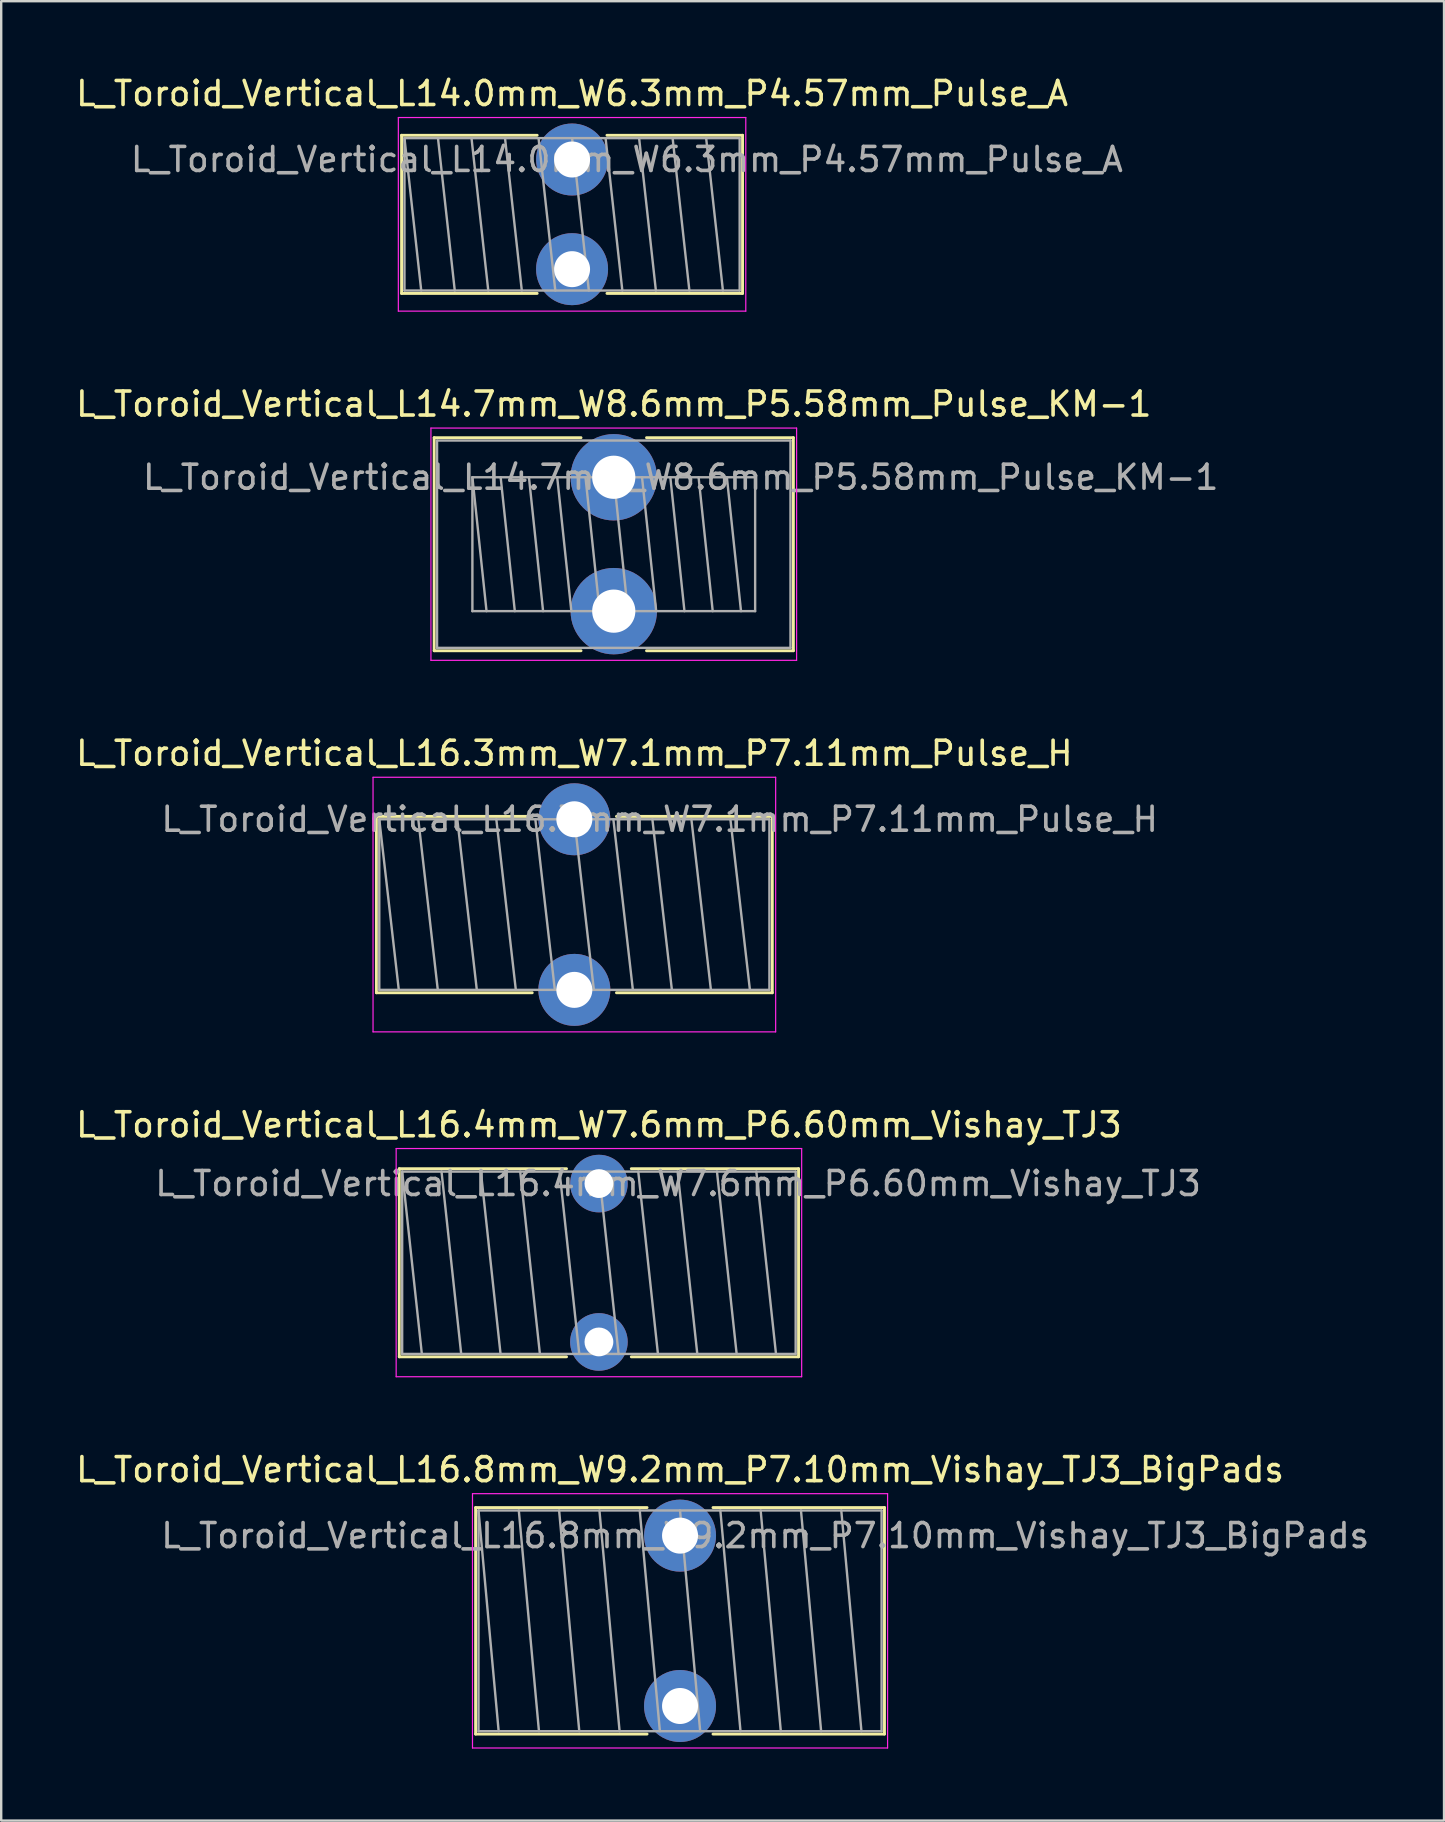
<source format=kicad_pcb>
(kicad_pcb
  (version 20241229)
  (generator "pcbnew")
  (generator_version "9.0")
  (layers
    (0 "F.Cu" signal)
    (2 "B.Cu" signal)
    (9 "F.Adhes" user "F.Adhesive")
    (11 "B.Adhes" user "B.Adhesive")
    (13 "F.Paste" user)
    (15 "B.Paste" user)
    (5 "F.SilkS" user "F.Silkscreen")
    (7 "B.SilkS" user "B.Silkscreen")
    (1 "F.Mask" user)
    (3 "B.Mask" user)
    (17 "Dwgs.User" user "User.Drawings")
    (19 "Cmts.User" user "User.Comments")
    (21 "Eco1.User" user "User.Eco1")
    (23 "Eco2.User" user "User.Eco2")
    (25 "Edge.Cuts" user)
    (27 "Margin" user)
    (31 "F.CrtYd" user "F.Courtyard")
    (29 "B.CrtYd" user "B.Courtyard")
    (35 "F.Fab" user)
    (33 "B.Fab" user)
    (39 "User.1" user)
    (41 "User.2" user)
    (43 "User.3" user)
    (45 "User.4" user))
  (footprint "L_Toroid_Vertical_L14.7mm_W8.6mm_P5.58mm_Pulse_KM-1"
    (layer "F.Cu")
    (at 22.53 16.841)
    (property "Reference" "L_Toroid_Vertical_L14.7mm_W8.6mm_P5.58mm_Pulse_KM-1" (at 0 -3.05 0) (layer "F.SilkS") (effects (font (size 1 1) (thickness 0.15))))
    (attr through_hole)
    (fp_line (start -7.485 -1.65) (end -7.485 7.23) (stroke (width 0.12) (type solid)) (layer "F.SilkS"))
    (fp_line (start -7.485 -1.65) (end -1.365 -1.65) (stroke (width 0.12) (type solid)) (layer "F.SilkS"))
    (fp_line (start -7.485 7.23) (end -1.365 7.23) (stroke (width 0.12) (type solid)) (layer "F.SilkS"))
    (fp_line (start 1.365 -1.65) (end 7.485 -1.65) (stroke (width 0.12) (type solid)) (layer "F.SilkS"))
    (fp_line (start 1.365 7.23) (end 7.485 7.23) (stroke (width 0.12) (type solid)) (layer "F.SilkS"))
    (fp_line (start 7.485 -1.65) (end 7.485 7.23) (stroke (width 0.12) (type solid)) (layer "F.SilkS"))
    (fp_line (start -7.62 -2.05) (end -7.62 7.63) (stroke (width 0.05) (type solid)) (layer "F.CrtYd"))
    (fp_line (start -7.62 7.63) (end 7.62 7.63) (stroke (width 0.05) (type solid)) (layer "F.CrtYd"))
    (fp_line (start 7.62 -2.05) (end -7.62 -2.05) (stroke (width 0.05) (type solid)) (layer "F.CrtYd"))
    (fp_line (start 7.62 7.63) (end 7.62 -2.05) (stroke (width 0.05) (type solid)) (layer "F.CrtYd"))
    (fp_line (start -7.365 -1.53) (end -7.365 7.11) (stroke (width 0.1) (type solid)) (layer "F.Fab"))
    (fp_line (start -7.365 7.11) (end 7.365 7.11) (stroke (width 0.1) (type solid)) (layer "F.Fab"))
    (fp_line (start -5.892 0) (end -5.892 5.58) (stroke (width 0.1) (type solid)) (layer "F.Fab"))
    (fp_line (start -5.892 0) (end -5.303 5.58) (stroke (width 0.1) (type solid)) (layer "F.Fab"))
    (fp_line (start -5.892 5.58) (end 5.892 5.58) (stroke (width 0.1) (type solid)) (layer "F.Fab"))
    (fp_line (start -4.714 0) (end -4.124 5.58) (stroke (width 0.1) (type solid)) (layer "F.Fab"))
    (fp_line (start -3.535 0) (end -2.946 5.58) (stroke (width 0.1) (type solid)) (layer "F.Fab"))
    (fp_line (start -2.357 0) (end -1.768 5.58) (stroke (width 0.1) (type solid)) (layer "F.Fab"))
    (fp_line (start -1.178 0) (end -0.589 5.58) (stroke (width 0.1) (type solid)) (layer "F.Fab"))
    (fp_line (start 0 0) (end 0.589 5.58) (stroke (width 0.1) (type solid)) (layer "F.Fab"))
    (fp_line (start 1.178 0) (end 1.768 5.58) (stroke (width 0.1) (type solid)) (layer "F.Fab"))
    (fp_line (start 2.357 0) (end 2.946 5.58) (stroke (width 0.1) (type solid)) (layer "F.Fab"))
    (fp_line (start 3.535 0) (end 4.124 5.58) (stroke (width 0.1) (type solid)) (layer "F.Fab"))
    (fp_line (start 4.714 0) (end 5.303 5.58) (stroke (width 0.1) (type solid)) (layer "F.Fab"))
    (fp_line (start 5.892 0) (end -5.892 0) (stroke (width 0.1) (type solid)) (layer "F.Fab"))
    (fp_line (start 5.892 5.58) (end 5.892 0) (stroke (width 0.1) (type solid)) (layer "F.Fab"))
    (fp_line (start 7.365 -1.53) (end -7.365 -1.53) (stroke (width 0.1) (type solid)) (layer "F.Fab"))
    (fp_line (start 7.365 7.11) (end 7.365 -1.53) (stroke (width 0.1) (type solid)) (layer "F.Fab"))
    (fp_text user "${REFERENCE}" (at 2.79 0 0) (layer "F.Fab") (effects (font (size 1 1) (thickness 0.15))))
    (pad "1" thru_hole circle (at 0 0) (size 3.6 3.6) (drill 1.8) (layers "*.Cu" "*.Mask"))
    (pad "2" thru_hole circle (at 0 5.58) (size 3.6 3.6) (drill 1.8) (layers "*.Cu" "*.Mask")))
  (footprint "L_Toroid_Vertical_L16.3mm_W7.1mm_P7.11mm_Pulse_H"
    (layer "F.Cu")
    (at 20.887 31.095)
    (property "Reference" "L_Toroid_Vertical_L16.3mm_W7.1mm_P7.11mm_Pulse_H" (at 0 -2.75 0) (layer "F.SilkS") (effects (font (size 1 1) (thickness 0.15))))
    (attr through_hole)
    (fp_line (start -8.25 -0.12) (end -8.25 7.23) (stroke (width 0.12) (type solid)) (layer "F.SilkS"))
    (fp_line (start -8.25 -0.12) (end -1.755 -0.12) (stroke (width 0.12) (type solid)) (layer "F.SilkS"))
    (fp_line (start -8.25 7.23) (end -1.755 7.23) (stroke (width 0.12) (type solid)) (layer "F.SilkS"))
    (fp_line (start 1.755 -0.12) (end 8.25 -0.12) (stroke (width 0.12) (type solid)) (layer "F.SilkS"))
    (fp_line (start 1.755 7.23) (end 8.25 7.23) (stroke (width 0.12) (type solid)) (layer "F.SilkS"))
    (fp_line (start 8.25 -0.12) (end 8.25 7.23) (stroke (width 0.12) (type solid)) (layer "F.SilkS"))
    (fp_line (start -8.39 -1.75) (end -8.39 8.86) (stroke (width 0.05) (type solid)) (layer "F.CrtYd"))
    (fp_line (start -8.39 8.86) (end 8.39 8.86) (stroke (width 0.05) (type solid)) (layer "F.CrtYd"))
    (fp_line (start 8.39 -1.75) (end -8.39 -1.75) (stroke (width 0.05) (type solid)) (layer "F.CrtYd"))
    (fp_line (start 8.39 8.86) (end 8.39 -1.75) (stroke (width 0.05) (type solid)) (layer "F.CrtYd"))
    (fp_line (start -8.13 0) (end -8.13 7.11) (stroke (width 0.1) (type solid)) (layer "F.Fab"))
    (fp_line (start -8.13 0) (end -7.317 7.11) (stroke (width 0.1) (type solid)) (layer "F.Fab"))
    (fp_line (start -8.13 7.11) (end 8.13 7.11) (stroke (width 0.1) (type solid)) (layer "F.Fab"))
    (fp_line (start -6.504 0) (end -5.691 7.11) (stroke (width 0.1) (type solid)) (layer "F.Fab"))
    (fp_line (start -4.878 0) (end -4.065 7.11) (stroke (width 0.1) (type solid)) (layer "F.Fab"))
    (fp_line (start -3.252 0) (end -2.439 7.11) (stroke (width 0.1) (type solid)) (layer "F.Fab"))
    (fp_line (start -1.626 0) (end -0.813 7.11) (stroke (width 0.1) (type solid)) (layer "F.Fab"))
    (fp_line (start 0 0) (end 0.813 7.11) (stroke (width 0.1) (type solid)) (layer "F.Fab"))
    (fp_line (start 1.626 0) (end 2.439 7.11) (stroke (width 0.1) (type solid)) (layer "F.Fab"))
    (fp_line (start 3.252 0) (end 4.065 7.11) (stroke (width 0.1) (type solid)) (layer "F.Fab"))
    (fp_line (start 4.878 0) (end 5.691 7.11) (stroke (width 0.1) (type solid)) (layer "F.Fab"))
    (fp_line (start 6.504 0) (end 7.317 7.11) (stroke (width 0.1) (type solid)) (layer "F.Fab"))
    (fp_line (start 8.13 0) (end -8.13 0) (stroke (width 0.1) (type solid)) (layer "F.Fab"))
    (fp_line (start 8.13 7.11) (end 8.13 0) (stroke (width 0.1) (type solid)) (layer "F.Fab"))
    (fp_text user "${REFERENCE}" (at 3.555 0 0) (layer "F.Fab") (effects (font (size 1 1) (thickness 0.15))))
    (pad "1" thru_hole circle (at 0 0) (size 3 3) (drill 1.5) (layers "*.Cu" "*.Mask"))
    (pad "2" thru_hole circle (at 0 7.11) (size 3 3) (drill 1.5) (layers "*.Cu" "*.Mask")))
  (footprint "L_Toroid_Vertical_L14.0mm_W6.3mm_P4.57mm_Pulse_A"
    (layer "F.Cu")
    (at 20.792 3.598)
    (property "Reference" "L_Toroid_Vertical_L14.0mm_W6.3mm_P4.57mm_Pulse_A" (at 0 -2.75 0) (layer "F.SilkS") (effects (font (size 1 1) (thickness 0.15))))
    (attr through_hole)
    (fp_line (start -7.105 -1.01) (end -7.105 5.58) (stroke (width 0.12) (type solid)) (layer "F.SilkS"))
    (fp_line (start -7.105 -1.01) (end -1.454 -1.01) (stroke (width 0.12) (type solid)) (layer "F.SilkS"))
    (fp_line (start -7.105 5.58) (end -1.454 5.58) (stroke (width 0.12) (type solid)) (layer "F.SilkS"))
    (fp_line (start 1.454 -1.01) (end 7.105 -1.01) (stroke (width 0.12) (type solid)) (layer "F.SilkS"))
    (fp_line (start 1.454 5.58) (end 7.105 5.58) (stroke (width 0.12) (type solid)) (layer "F.SilkS"))
    (fp_line (start 7.105 -1.01) (end 7.105 5.58) (stroke (width 0.12) (type solid)) (layer "F.SilkS"))
    (fp_line (start -7.24 -1.75) (end -7.24 6.32) (stroke (width 0.05) (type solid)) (layer "F.CrtYd"))
    (fp_line (start -7.24 6.32) (end 7.24 6.32) (stroke (width 0.05) (type solid)) (layer "F.CrtYd"))
    (fp_line (start 7.24 -1.75) (end -7.24 -1.75) (stroke (width 0.05) (type solid)) (layer "F.CrtYd"))
    (fp_line (start 7.24 6.32) (end 7.24 -1.75) (stroke (width 0.05) (type solid)) (layer "F.CrtYd"))
    (fp_line (start -6.985 -0.89) (end -6.985 5.46) (stroke (width 0.1) (type solid)) (layer "F.Fab"))
    (fp_line (start -6.985 -0.89) (end -6.287 5.46) (stroke (width 0.1) (type solid)) (layer "F.Fab"))
    (fp_line (start -6.985 5.46) (end 6.985 5.46) (stroke (width 0.1) (type solid)) (layer "F.Fab"))
    (fp_line (start -5.588 -0.89) (end -4.889 5.46) (stroke (width 0.1) (type solid)) (layer "F.Fab"))
    (fp_line (start -4.191 -0.89) (end -3.493 5.46) (stroke (width 0.1) (type solid)) (layer "F.Fab"))
    (fp_line (start -2.794 -0.89) (end -2.095 5.46) (stroke (width 0.1) (type solid)) (layer "F.Fab"))
    (fp_line (start -1.397 -0.89) (end -0.699 5.46) (stroke (width 0.1) (type solid)) (layer "F.Fab"))
    (fp_line (start 0 -0.89) (end 0.699 5.46) (stroke (width 0.1) (type solid)) (layer "F.Fab"))
    (fp_line (start 1.397 -0.89) (end 2.095 5.46) (stroke (width 0.1) (type solid)) (layer "F.Fab"))
    (fp_line (start 2.794 -0.89) (end 3.493 5.46) (stroke (width 0.1) (type solid)) (layer "F.Fab"))
    (fp_line (start 4.191 -0.89) (end 4.889 5.46) (stroke (width 0.1) (type solid)) (layer "F.Fab"))
    (fp_line (start 5.588 -0.89) (end 6.287 5.46) (stroke (width 0.1) (type solid)) (layer "F.Fab"))
    (fp_line (start 6.985 -0.89) (end -6.985 -0.89) (stroke (width 0.1) (type solid)) (layer "F.Fab"))
    (fp_line (start 6.985 5.46) (end 6.985 -0.89) (stroke (width 0.1) (type solid)) (layer "F.Fab"))
    (fp_text user "${REFERENCE}" (at 2.285 0 0) (layer "F.Fab") (effects (font (size 1 1) (thickness 0.15))))
    (pad "1" thru_hole circle (at 0 0) (size 3 3) (drill 1.5) (layers "*.Cu" "*.Mask"))
    (pad "2" thru_hole circle (at 0 4.57) (size 3 3) (drill 1.5) (layers "*.Cu" "*.Mask")))
  (footprint "L_Toroid_Vertical_L16.8mm_W9.2mm_P7.10mm_Vishay_TJ3_BigPads"
    (layer "F.Cu")
    (at 25.292 60.951)
    (property "Reference" "L_Toroid_Vertical_L16.8mm_W9.2mm_P7.10mm_Vishay_TJ3_BigPads" (at 0 -2.75 0) (layer "F.SilkS") (effects (font (size 1 1) (thickness 0.15))))
    (attr through_hole)
    (fp_line (start -8.52 -1.17) (end -8.52 8.27) (stroke (width 0.12) (type solid)) (layer "F.SilkS"))
    (fp_line (start -8.52 -1.17) (end -1.374 -1.17) (stroke (width 0.12) (type solid)) (layer "F.SilkS"))
    (fp_line (start -8.52 8.27) (end -1.374 8.27) (stroke (width 0.12) (type solid)) (layer "F.SilkS"))
    (fp_line (start 1.374 -1.17) (end 8.52 -1.17) (stroke (width 0.12) (type solid)) (layer "F.SilkS"))
    (fp_line (start 1.374 8.27) (end 8.52 8.27) (stroke (width 0.12) (type solid)) (layer "F.SilkS"))
    (fp_line (start 8.52 -1.17) (end 8.52 8.27) (stroke (width 0.12) (type solid)) (layer "F.SilkS"))
    (fp_line (start -8.65 -1.75) (end -8.65 8.85) (stroke (width 0.05) (type solid)) (layer "F.CrtYd"))
    (fp_line (start -8.65 8.85) (end 8.65 8.85) (stroke (width 0.05) (type solid)) (layer "F.CrtYd"))
    (fp_line (start 8.65 -1.75) (end -8.65 -1.75) (stroke (width 0.05) (type solid)) (layer "F.CrtYd"))
    (fp_line (start 8.65 8.85) (end 8.65 -1.75) (stroke (width 0.05) (type solid)) (layer "F.CrtYd"))
    (fp_line (start -8.4 -1.05) (end -8.4 8.15) (stroke (width 0.1) (type solid)) (layer "F.Fab"))
    (fp_line (start -8.4 -1.05) (end -7.56 8.15) (stroke (width 0.1) (type solid)) (layer "F.Fab"))
    (fp_line (start -8.4 8.15) (end 8.4 8.15) (stroke (width 0.1) (type solid)) (layer "F.Fab"))
    (fp_line (start -6.72 -1.05) (end -5.88 8.15) (stroke (width 0.1) (type solid)) (layer "F.Fab"))
    (fp_line (start -5.04 -1.05) (end -4.2 8.15) (stroke (width 0.1) (type solid)) (layer "F.Fab"))
    (fp_line (start -3.36 -1.05) (end -2.52 8.15) (stroke (width 0.1) (type solid)) (layer "F.Fab"))
    (fp_line (start -1.68 -1.05) (end -0.84 8.15) (stroke (width 0.1) (type solid)) (layer "F.Fab"))
    (fp_line (start 0 -1.05) (end 0.84 8.15) (stroke (width 0.1) (type solid)) (layer "F.Fab"))
    (fp_line (start 1.68 -1.05) (end 2.52 8.15) (stroke (width 0.1) (type solid)) (layer "F.Fab"))
    (fp_line (start 3.36 -1.05) (end 4.2 8.15) (stroke (width 0.1) (type solid)) (layer "F.Fab"))
    (fp_line (start 5.04 -1.05) (end 5.88 8.15) (stroke (width 0.1) (type solid)) (layer "F.Fab"))
    (fp_line (start 6.72 -1.05) (end 7.56 8.15) (stroke (width 0.1) (type solid)) (layer "F.Fab"))
    (fp_line (start 8.4 -1.05) (end -8.4 -1.05) (stroke (width 0.1) (type solid)) (layer "F.Fab"))
    (fp_line (start 8.4 8.15) (end 8.4 -1.05) (stroke (width 0.1) (type solid)) (layer "F.Fab"))
    (fp_text user "${REFERENCE}" (at 3.55 0 0) (layer "F.Fab") (effects (font (size 1 1) (thickness 0.15))))
    (pad "1" thru_hole circle (at 0 0) (size 3 3) (drill 1.5) (layers "*.Cu" "*.Mask"))
    (pad "2" thru_hole circle (at 0 7.1) (size 3 3) (drill 1.5) (layers "*.Cu" "*.Mask")))
  (footprint "L_Toroid_Vertical_L16.4mm_W7.6mm_P6.60mm_Vishay_TJ3"
    (layer "F.Cu")
    (at 21.911 46.278)
    (property "Reference" "L_Toroid_Vertical_L16.4mm_W7.6mm_P6.60mm_Vishay_TJ3" (at 0 -2.45 0) (layer "F.SilkS") (effects (font (size 1 1) (thickness 0.15))))
    (attr through_hole)
    (fp_line (start -8.32 -0.62) (end -8.32 7.22) (stroke (width 0.12) (type solid)) (layer "F.SilkS"))
    (fp_line (start -8.32 -0.62) (end -1.35 -0.62) (stroke (width 0.12) (type solid)) (layer "F.SilkS"))
    (fp_line (start -8.32 7.22) (end -1.35 7.22) (stroke (width 0.12) (type solid)) (layer "F.SilkS"))
    (fp_line (start 1.35 -0.62) (end 8.32 -0.62) (stroke (width 0.12) (type solid)) (layer "F.SilkS"))
    (fp_line (start 1.35 7.22) (end 8.32 7.22) (stroke (width 0.12) (type solid)) (layer "F.SilkS"))
    (fp_line (start 8.32 -0.62) (end 8.32 7.22) (stroke (width 0.12) (type solid)) (layer "F.SilkS"))
    (fp_line (start -8.45 -1.46) (end -8.45 8.05) (stroke (width 0.05) (type solid)) (layer "F.CrtYd"))
    (fp_line (start -8.45 8.05) (end 8.45 8.05) (stroke (width 0.05) (type solid)) (layer "F.CrtYd"))
    (fp_line (start 8.45 -1.46) (end -8.45 -1.46) (stroke (width 0.05) (type solid)) (layer "F.CrtYd"))
    (fp_line (start 8.45 8.05) (end 8.45 -1.46) (stroke (width 0.05) (type solid)) (layer "F.CrtYd"))
    (fp_line (start -8.2 -0.5) (end -8.2 7.1) (stroke (width 0.1) (type solid)) (layer "F.Fab"))
    (fp_line (start -8.2 -0.5) (end -7.38 7.1) (stroke (width 0.1) (type solid)) (layer "F.Fab"))
    (fp_line (start -8.2 7.1) (end 8.2 7.1) (stroke (width 0.1) (type solid)) (layer "F.Fab"))
    (fp_line (start -6.56 -0.5) (end -5.74 7.1) (stroke (width 0.1) (type solid)) (layer "F.Fab"))
    (fp_line (start -4.92 -0.5) (end -4.1 7.1) (stroke (width 0.1) (type solid)) (layer "F.Fab"))
    (fp_line (start -3.28 -0.5) (end -2.46 7.1) (stroke (width 0.1) (type solid)) (layer "F.Fab"))
    (fp_line (start -1.64 -0.5) (end -0.82 7.1) (stroke (width 0.1) (type solid)) (layer "F.Fab"))
    (fp_line (start 0 -0.5) (end 0.82 7.1) (stroke (width 0.1) (type solid)) (layer "F.Fab"))
    (fp_line (start 1.64 -0.5) (end 2.46 7.1) (stroke (width 0.1) (type solid)) (layer "F.Fab"))
    (fp_line (start 3.28 -0.5) (end 4.1 7.1) (stroke (width 0.1) (type solid)) (layer "F.Fab"))
    (fp_line (start 4.92 -0.5) (end 5.74 7.1) (stroke (width 0.1) (type solid)) (layer "F.Fab"))
    (fp_line (start 6.56 -0.5) (end 7.38 7.1) (stroke (width 0.1) (type solid)) (layer "F.Fab"))
    (fp_line (start 8.2 -0.5) (end -8.2 -0.5) (stroke (width 0.1) (type solid)) (layer "F.Fab"))
    (fp_line (start 8.2 7.1) (end 8.2 -0.5) (stroke (width 0.1) (type solid)) (layer "F.Fab"))
    (fp_text user "${REFERENCE}" (at 3.3 0 0) (layer "F.Fab") (effects (font (size 1 1) (thickness 0.15))))
    (pad "1" thru_hole circle (at 0 0) (size 2.4 2.4) (drill 1.2) (layers "*.Cu" "*.Mask"))
    (pad "2" thru_hole circle (at 0 6.6) (size 2.4 2.4) (drill 1.2) (layers "*.Cu" "*.Mask")))
  (gr_rect
    (start -3 -3)
    (end 57.133 72.826)
    (stroke (width 0.1) (type default))
    (fill no)
    (layer "Edge.Cuts")))
</source>
